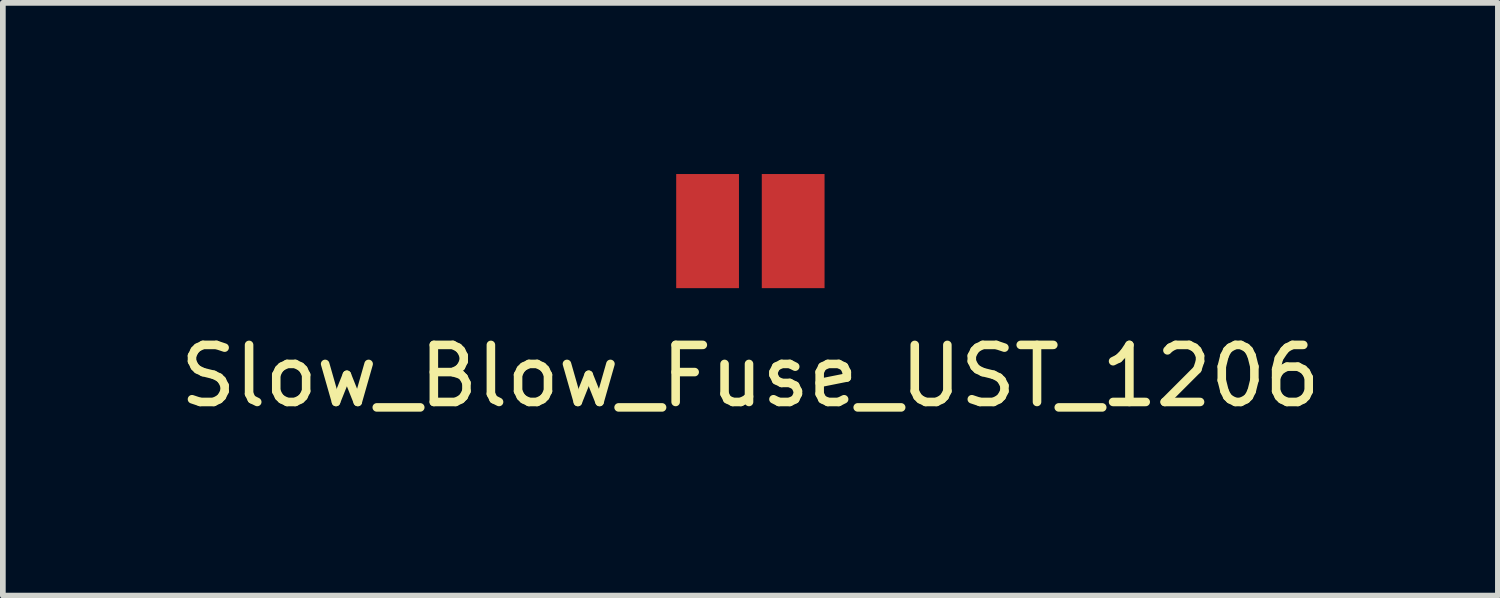
<source format=kicad_pcb>
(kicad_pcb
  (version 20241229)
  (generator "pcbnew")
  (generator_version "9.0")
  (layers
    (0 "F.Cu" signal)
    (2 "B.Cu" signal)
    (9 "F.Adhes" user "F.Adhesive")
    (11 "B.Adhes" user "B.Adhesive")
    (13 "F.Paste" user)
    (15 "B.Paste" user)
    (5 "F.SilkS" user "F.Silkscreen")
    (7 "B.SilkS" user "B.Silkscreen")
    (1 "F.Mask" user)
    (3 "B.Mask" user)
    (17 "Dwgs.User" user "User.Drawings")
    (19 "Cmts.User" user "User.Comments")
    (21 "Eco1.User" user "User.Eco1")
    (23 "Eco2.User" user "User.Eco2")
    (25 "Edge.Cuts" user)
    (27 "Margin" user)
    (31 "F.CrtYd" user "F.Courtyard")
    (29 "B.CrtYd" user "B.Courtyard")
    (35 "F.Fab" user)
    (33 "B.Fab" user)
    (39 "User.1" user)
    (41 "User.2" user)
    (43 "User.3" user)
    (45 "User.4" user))
  (footprint "Slow_Blow_Fuse_UST_1206"
    (layer "F.Cu")
    (at 10.101 1)
    (property "Reference" "Slow_Blow_Fuse_UST_1206" (at 0 2.54 0) (layer "F.SilkS") (effects (font (size 1 1) (thickness 0.15))))
    (attr through_hole)
    (pad "1" smd rect (at -0.75 0) (size 1.1 2) (layers "F.Cu" "F.Mask" "F.Paste"))
    (pad "2" smd rect (at 0.75 0) (size 1.1 2) (layers "F.Cu" "F.Mask" "F.Paste")))
  (gr_rect
    (start -3 -3)
    (end 23.202 7.388)
    (stroke (width 0.1) (type default))
    (fill no)
    (layer "Edge.Cuts")))
</source>
